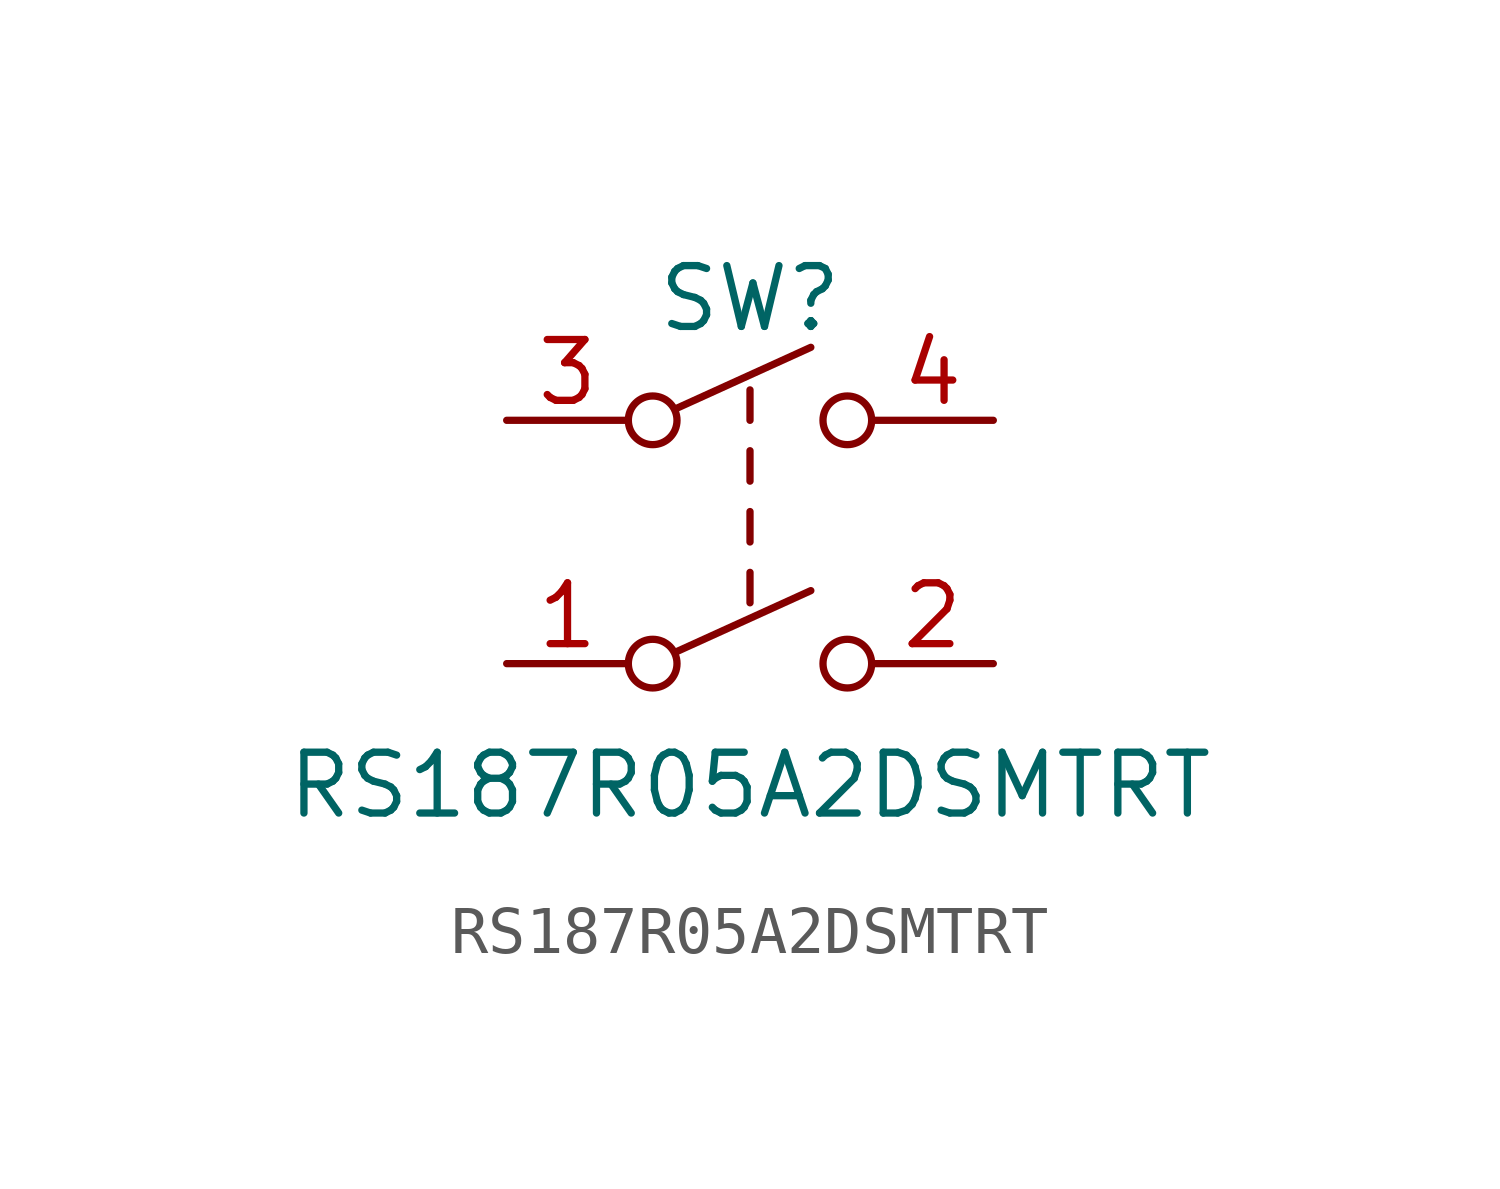
<source format=kicad_sym>
(kicad_symbol_lib
  (version 20211014)
  (generator kicad_symbol_editor)
  (symbol "RS187R05A2DSMTRT"
    (pin_names
      (offset 0) hide)
    (property "Reference" "SW"
      (at 0 5.08 0)
      (effects (font (size 1.27 1.27))))
    (property "Value" "RS187R05A2DSMTRT"
      (at 0 -5.08 0)
      (effects (font (size 1.27 1.27))))
    (symbol "RS187R05A2DSMTRT_0_0"
      (circle (center -2.032 -2.54) (radius 0.508) (stroke (width 0) (type default) (color 0 0 0 0)) (fill (type none)))
      (circle (center -2.032 2.54) (radius 0.508) (stroke (width 0) (type default) (color 0 0 0 0)) (fill (type none)))
      (polyline (pts (xy -1.524 -2.286) (xy 1.27 -1.016)) (stroke (width 0) (type default) (color 0 0 0 0)) (fill (type none)))
      (polyline (pts (xy -1.524 2.794) (xy 1.27 4.064)) (stroke (width 0) (type default) (color 0 0 0 0)) (fill (type none)))
      (polyline (pts (xy 0 -1.27) (xy 0 -0.635)) (stroke (width 0) (type default) (color 0 0 0 0)) (fill (type none)))
      (polyline (pts (xy 0 0) (xy 0 0.635)) (stroke (width 0) (type default) (color 0 0 0 0)) (fill (type none)))
      (polyline (pts (xy 0 1.27) (xy 0 1.905)) (stroke (width 0) (type default) (color 0 0 0 0)) (fill (type none)))
      (polyline (pts (xy 0 2.54) (xy 0 3.175)) (stroke (width 0) (type default) (color 0 0 0 0)) (fill (type none)))
      (circle (center 2.032 -2.54) (radius 0.508) (stroke (width 0) (type default) (color 0 0 0 0)) (fill (type none)))
      (circle (center 2.032 2.54) (radius 0.508) (stroke (width 0) (type default) (color 0 0 0 0)) (fill (type none))))
    (symbol "RS187R05A2DSMTRT_1_1"
      (pin passive line (at -5.08 -2.54 0) (length 2.54) (name "1" (effects (font (size 1.27 1.27)))) (number "1" (effects (font (size 1.27 1.27)))))
      (pin passive line (at 5.08 -2.54 180) (length 2.54) (name "2" (effects (font (size 1.27 1.27)))) (number "2" (effects (font (size 1.27 1.27)))))
      (pin passive line (at -5.08 2.54 0) (length 2.54) (name "3" (effects (font (size 1.27 1.27)))) (number "3" (effects (font (size 1.27 1.27)))))
      (pin passive line (at 5.08 2.54 180) (length 2.54) (name "4" (effects (font (size 1.27 1.27)))) (number "4" (effects (font (size 1.27 1.27))))))))
</source>
